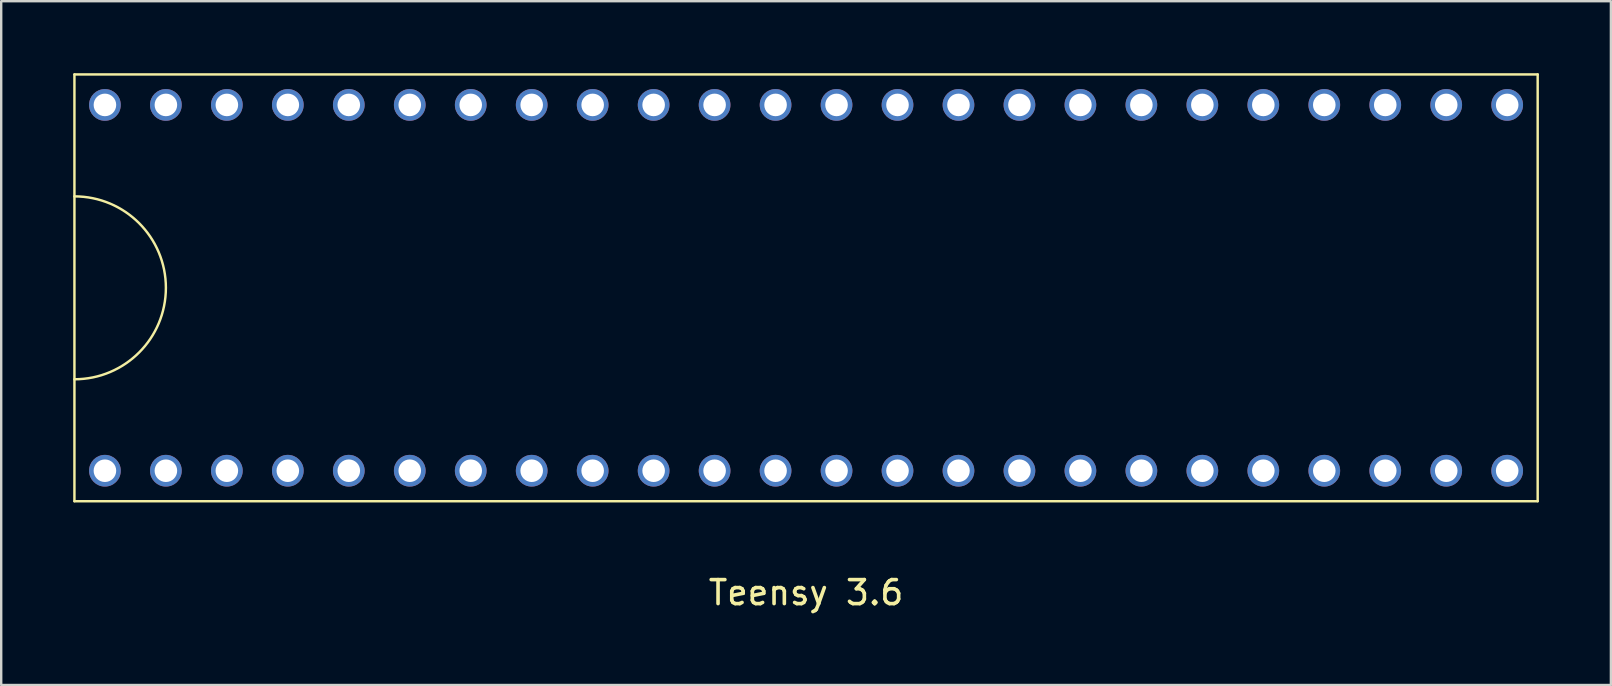
<source format=kicad_pcb>
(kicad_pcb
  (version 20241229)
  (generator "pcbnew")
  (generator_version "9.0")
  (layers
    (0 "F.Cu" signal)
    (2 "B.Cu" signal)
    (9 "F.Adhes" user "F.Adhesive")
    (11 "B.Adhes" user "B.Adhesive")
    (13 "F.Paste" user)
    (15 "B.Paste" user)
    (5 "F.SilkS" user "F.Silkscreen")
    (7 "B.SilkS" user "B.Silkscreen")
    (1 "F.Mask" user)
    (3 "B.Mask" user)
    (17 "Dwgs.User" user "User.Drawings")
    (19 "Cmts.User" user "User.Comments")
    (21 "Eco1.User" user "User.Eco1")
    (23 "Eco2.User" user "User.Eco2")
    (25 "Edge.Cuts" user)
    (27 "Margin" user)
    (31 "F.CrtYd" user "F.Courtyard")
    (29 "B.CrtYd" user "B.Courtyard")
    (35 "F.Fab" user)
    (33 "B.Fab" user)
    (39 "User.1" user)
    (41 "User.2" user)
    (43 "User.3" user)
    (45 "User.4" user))
  (footprint "Teensy 3.6"
    (layer "F.Cu")
    (at 30.531 8.941)
    (property "Reference" "Teensy 3.6" (at 0 12.7 0) (layer "F.SilkS") (effects (font (size 1 1) (thickness 0.15))))
    (attr through_hole)
    (fp_line (start -30.48 -8.89) (end -30.48 8.89) (stroke (width 0.102) (type solid)) (layer "F.SilkS"))
    (fp_line (start -30.48 -8.89) (end 30.48 -8.89) (stroke (width 0.102) (type solid)) (layer "F.SilkS"))
    (fp_line (start -30.48 8.89) (end 30.48 8.89) (stroke (width 0.102) (type solid)) (layer "F.SilkS"))
    (fp_line (start 30.48 8.89) (end 30.48 -8.89) (stroke (width 0.102) (type solid)) (layer "F.SilkS"))
    (fp_arc (start -30.48 -3.81) (mid -26.67 0) (end -30.48 3.81) (stroke (width 0.1016) (type solid)) (layer "F.SilkS"))
    (pad "0" thru_hole circle (at 26.67 -7.62) (size 1.321 1.321) (drill 0.94) (layers "*.Cu" "*.Mask"))
    (pad "1" thru_hole circle (at 24.13 -7.62) (size 1.321 1.321) (drill 0.94) (layers "*.Cu" "*.Mask"))
    (pad "2" thru_hole circle (at 21.59 -7.62) (size 1.321 1.321) (drill 0.94) (layers "*.Cu" "*.Mask"))
    (pad "3" thru_hole circle (at 19.05 -7.62) (size 1.321 1.321) (drill 0.94) (layers "*.Cu" "*.Mask"))
    (pad "4" thru_hole circle (at 16.51 -7.62) (size 1.321 1.321) (drill 0.94) (layers "*.Cu" "*.Mask"))
    (pad "5" thru_hole circle (at 13.97 -7.62) (size 1.321 1.321) (drill 0.94) (layers "*.Cu" "*.Mask"))
    (pad "6" thru_hole circle (at 11.43 -7.62) (size 1.321 1.321) (drill 0.94) (layers "*.Cu" "*.Mask"))
    (pad "7" thru_hole circle (at 8.89 -7.62) (size 1.321 1.321) (drill 0.94) (layers "*.Cu" "*.Mask"))
    (pad "8" thru_hole circle (at 6.35 -7.62) (size 1.321 1.321) (drill 0.94) (layers "*.Cu" "*.Mask"))
    (pad "9" thru_hole circle (at 3.81 -7.62) (size 1.321 1.321) (drill 0.94) (layers "*.Cu" "*.Mask"))
    (pad "10" thru_hole circle (at 1.27 -7.62) (size 1.321 1.321) (drill 0.94) (layers "*.Cu" "*.Mask"))
    (pad "11" thru_hole circle (at -1.27 -7.62) (size 1.321 1.321) (drill 0.94) (layers "*.Cu" "*.Mask"))
    (pad "12" thru_hole circle (at -3.81 -7.62) (size 1.321 1.321) (drill 0.94) (layers "*.Cu" "*.Mask"))
    (pad "13" thru_hole circle (at -3.81 7.62) (size 1.321 1.321) (drill 0.94) (layers "*.Cu" "*.Mask"))
    (pad "14" thru_hole circle (at -1.27 7.62) (size 1.321 1.321) (drill 0.94) (layers "*.Cu" "*.Mask"))
    (pad "15" thru_hole circle (at 1.27 7.62) (size 1.321 1.321) (drill 0.94) (layers "*.Cu" "*.Mask"))
    (pad "16" thru_hole circle (at 3.81 7.62) (size 1.321 1.321) (drill 0.94) (layers "*.Cu" "*.Mask"))
    (pad "17" thru_hole circle (at 6.35 7.62) (size 1.321 1.321) (drill 0.94) (layers "*.Cu" "*.Mask"))
    (pad "18" thru_hole circle (at 8.89 7.62) (size 1.321 1.321) (drill 0.94) (layers "*.Cu" "*.Mask"))
    (pad "19" thru_hole circle (at 11.43 7.62) (size 1.321 1.321) (drill 0.94) (layers "*.Cu" "*.Mask"))
    (pad "20" thru_hole circle (at 13.97 7.62) (size 1.321 1.321) (drill 0.94) (layers "*.Cu" "*.Mask"))
    (pad "21" thru_hole circle (at 16.51 7.62) (size 1.321 1.321) (drill 0.94) (layers "*.Cu" "*.Mask"))
    (pad "22" thru_hole circle (at 19.05 7.62) (size 1.321 1.321) (drill 0.94) (layers "*.Cu" "*.Mask"))
    (pad "23" thru_hole circle (at 21.59 7.62) (size 1.321 1.321) (drill 0.94) (layers "*.Cu" "*.Mask"))
    (pad "24" thru_hole circle (at -8.89 -7.62) (size 1.321 1.321) (drill 0.94) (layers "*.Cu" "*.Mask"))
    (pad "25" thru_hole circle (at -11.43 -7.62) (size 1.321 1.321) (drill 0.94) (layers "*.Cu" "*.Mask"))
    (pad "26" thru_hole circle (at -13.97 -7.62) (size 1.321 1.321) (drill 0.94) (layers "*.Cu" "*.Mask"))
    (pad "27" thru_hole circle (at -16.51 -7.62) (size 1.321 1.321) (drill 0.94) (layers "*.Cu" "*.Mask"))
    (pad "28" thru_hole circle (at -19.05 -7.62) (size 1.321 1.321) (drill 0.94) (layers "*.Cu" "*.Mask"))
    (pad "29" thru_hole circle (at -21.59 -7.62) (size 1.321 1.321) (drill 0.94) (layers "*.Cu" "*.Mask"))
    (pad "30" thru_hole circle (at -24.13 -7.62) (size 1.321 1.321) (drill 0.94) (layers "*.Cu" "*.Mask"))
    (pad "31" thru_hole circle (at -26.67 -7.62) (size 1.321 1.321) (drill 0.94) (layers "*.Cu" "*.Mask"))
    (pad "32" thru_hole circle (at -29.21 -7.62) (size 1.321 1.321) (drill 0.94) (layers "*.Cu" "*.Mask"))
    (pad "33" thru_hole circle (at -29.21 7.62) (size 1.321 1.321) (drill 0.94) (layers "*.Cu" "*.Mask"))
    (pad "34" thru_hole circle (at -26.67 7.62) (size 1.321 1.321) (drill 0.94) (layers "*.Cu" "*.Mask"))
    (pad "35" thru_hole circle (at -24.13 7.62) (size 1.321 1.321) (drill 0.94) (layers "*.Cu" "*.Mask"))
    (pad "36" thru_hole circle (at -21.59 7.62) (size 1.321 1.321) (drill 0.94) (layers "*.Cu" "*.Mask"))
    (pad "37" thru_hole circle (at -19.05 7.62) (size 1.321 1.321) (drill 0.94) (layers "*.Cu" "*.Mask"))
    (pad "38" thru_hole circle (at -16.51 7.62) (size 1.321 1.321) (drill 0.94) (layers "*.Cu" "*.Mask"))
    (pad "39" thru_hole circle (at -13.97 7.62) (size 1.321 1.321) (drill 0.94) (layers "*.Cu" "*.Mask"))
    (pad "40" thru_hole circle (at 29.21 7.62) (size 1.321 1.321) (drill 0.94) (layers "*.Cu" "*.Mask"))
    (pad "41" thru_hole circle (at 26.67 7.62) (size 1.321 1.321) (drill 0.94) (layers "*.Cu" "*.Mask"))
    (pad "42" thru_hole circle (at 24.13 7.62) (size 1.321 1.321) (drill 0.94) (layers "*.Cu" "*.Mask"))
    (pad "43" thru_hole circle (at -6.35 7.62) (size 1.321 1.321) (drill 0.94) (layers "*.Cu" "*.Mask"))
    (pad "44" thru_hole circle (at -8.89 7.62) (size 1.321 1.321) (drill 0.94) (layers "*.Cu" "*.Mask"))
    (pad "45" thru_hole circle (at -11.43 7.62) (size 1.321 1.321) (drill 0.94) (layers "*.Cu" "*.Mask"))
    (pad "46" thru_hole circle (at 29.21 -7.62) (size 1.321 1.321) (drill 0.94) (layers "*.Cu" "*.Mask"))
    (pad "47" thru_hole circle (at -6.35 -7.62) (size 1.321 1.321) (drill 0.94) (layers "*.Cu" "*.Mask")))
  (gr_rect
    (start -3 -3)
    (end 64.062 25.489)
    (stroke (width 0.1) (type default))
    (fill no)
    (layer "Edge.Cuts")))
</source>
